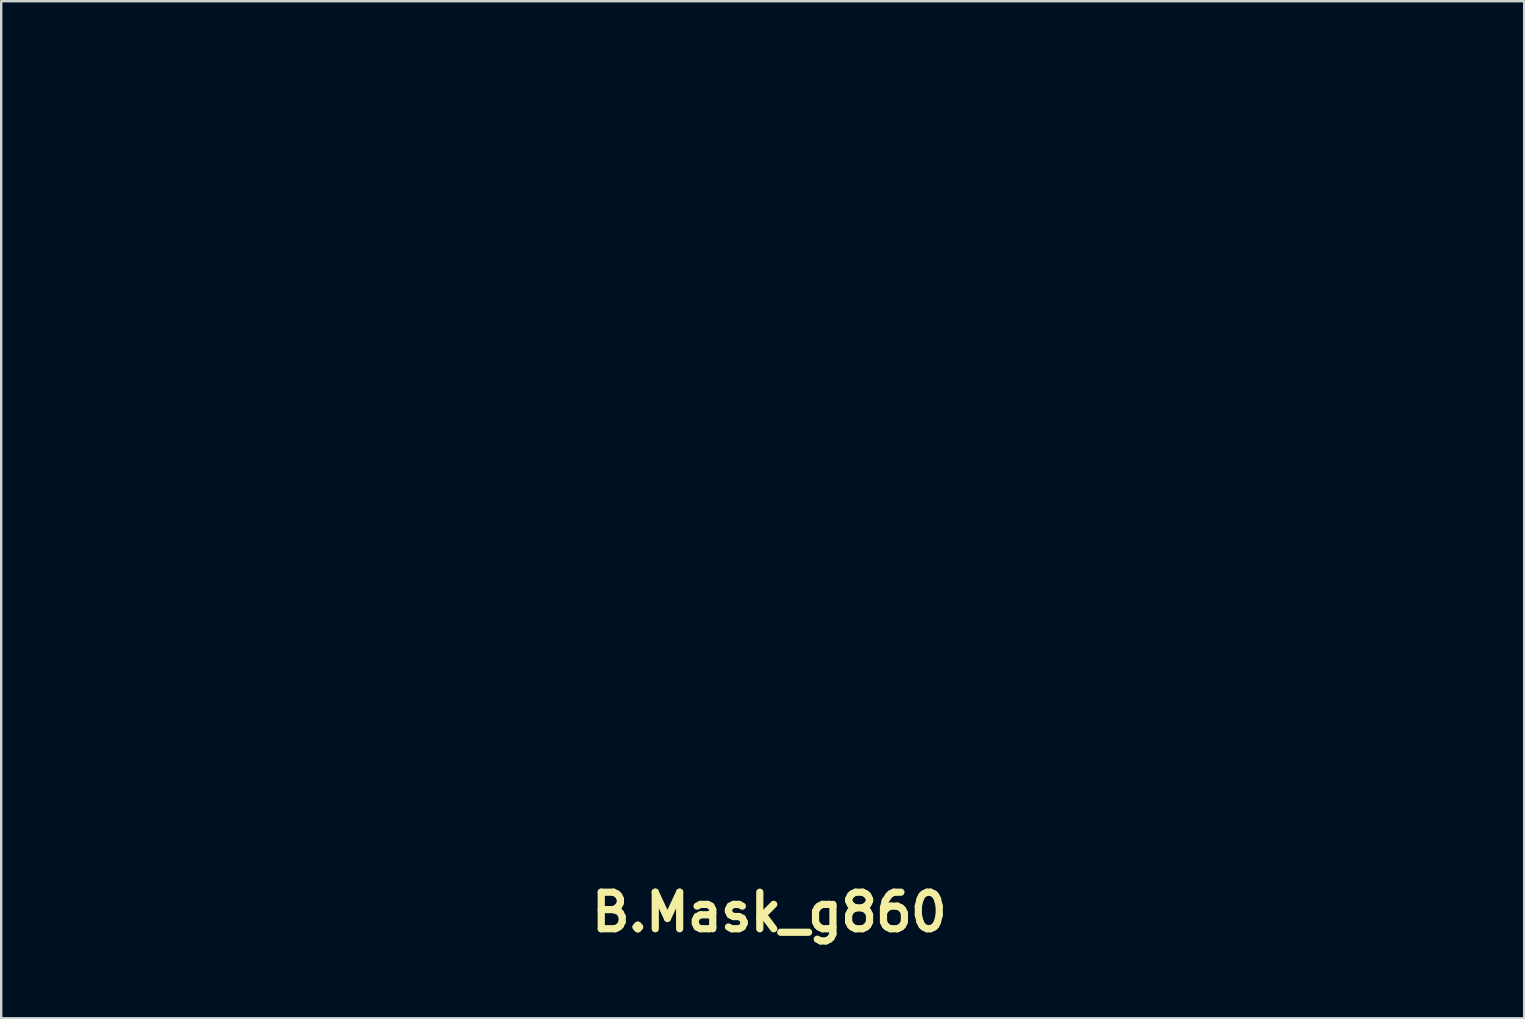
<source format=kicad_pcb>
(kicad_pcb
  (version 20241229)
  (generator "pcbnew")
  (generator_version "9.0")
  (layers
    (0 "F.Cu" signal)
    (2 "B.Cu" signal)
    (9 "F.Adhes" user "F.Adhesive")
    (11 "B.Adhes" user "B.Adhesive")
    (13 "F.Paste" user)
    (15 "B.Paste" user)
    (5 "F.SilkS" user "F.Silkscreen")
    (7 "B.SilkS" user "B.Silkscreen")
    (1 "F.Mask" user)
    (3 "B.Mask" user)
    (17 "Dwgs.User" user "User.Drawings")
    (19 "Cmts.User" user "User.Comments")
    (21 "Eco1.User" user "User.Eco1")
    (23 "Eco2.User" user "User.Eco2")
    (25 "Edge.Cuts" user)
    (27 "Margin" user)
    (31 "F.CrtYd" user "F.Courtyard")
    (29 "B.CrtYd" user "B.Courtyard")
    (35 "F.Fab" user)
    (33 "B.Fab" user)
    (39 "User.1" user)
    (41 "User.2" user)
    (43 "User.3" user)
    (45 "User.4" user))
  (footprint "B.Mask_g860"
    (layer "F.Cu")
    (at 28.999 34.949)
    (property "Reference" "B.Mask_g860" (at 0 0 0) (layer "F.SilkS") (effects (font (size 1.524 1.524) (thickness 0.3))))
    (attr through_hole)
    (fp_poly (pts (xy 22.66 -34.9) (xy 22.698 -34.783) (xy 22.756 -34.6) (xy 22.83 -34.359) (xy 22.92 -34.067) (xy 23.021 -33.733) (xy 23.133 -33.364) (xy 23.252 -32.968) (xy 23.289 -32.845) (xy 23.411 -32.442) (xy 23.525 -32.064) (xy 23.63 -31.719) (xy 23.723 -31.414) (xy 23.802 -31.157) (xy 23.865 -30.956) (xy 23.909 -30.818) (xy 23.932 -30.752) (xy 23.934 -30.747) (xy 23.978 -30.753) (xy 24.095 -30.781) (xy 24.279 -30.828) (xy 24.52 -30.892) (xy 24.812 -30.97) (xy 25.147 -31.061) (xy 25.516 -31.163) (xy 25.912 -31.273) (xy 26.017 -31.303) (xy 26.419 -31.415) (xy 26.798 -31.52) (xy 27.143 -31.615) (xy 27.449 -31.698) (xy 27.707 -31.766) (xy 27.908 -31.819) (xy 28.046 -31.853) (xy 28.112 -31.867) (xy 28.117 -31.867) (xy 28.096 -31.835) (xy 28.023 -31.746) (xy 27.903 -31.607) (xy 27.74 -31.423) (xy 27.54 -31.2) (xy 27.308 -30.944) (xy 27.049 -30.661) (xy 26.768 -30.355) (xy 26.629 -30.205) (xy 25.103 -28.555) (xy 26.786 -26.872) (xy 27.096 -26.561) (xy 27.387 -26.269) (xy 27.652 -26) (xy 27.888 -25.761) (xy 28.088 -25.556) (xy 28.248 -25.392) (xy 28.362 -25.272) (xy 28.425 -25.204) (xy 28.436 -25.188) (xy 28.391 -25.2) (xy 28.271 -25.233) (xy 28.086 -25.285) (xy 27.842 -25.355) (xy 27.547 -25.44) (xy 27.209 -25.537) (xy 26.835 -25.646) (xy 26.433 -25.762) (xy 26.231 -25.821) (xy 25.815 -25.942) (xy 25.422 -26.056) (xy 25.058 -26.162) (xy 24.733 -26.256) (xy 24.453 -26.337) (xy 24.227 -26.402) (xy 24.064 -26.449) (xy 23.97 -26.475) (xy 23.952 -26.48) (xy 23.846 -26.507) (xy 23.283 -24.25) (xy 23.148 -23.707) (xy 23.031 -23.243) (xy 22.931 -22.854) (xy 22.849 -22.538) (xy 22.781 -22.29) (xy 22.729 -22.107) (xy 22.691 -21.985) (xy 22.665 -21.921) (xy 22.651 -21.912) (xy 22.648 -21.94) (xy 22.637 -21.991) (xy 22.605 -22.114) (xy 22.555 -22.3) (xy 22.49 -22.539) (xy 22.411 -22.823) (xy 22.322 -23.142) (xy 22.225 -23.487) (xy 22.123 -23.85) (xy 22.019 -24.221) (xy 21.914 -24.591) (xy 21.811 -24.951) (xy 21.714 -25.292) (xy 21.624 -25.605) (xy 21.544 -25.881) (xy 21.477 -26.111) (xy 21.425 -26.285) (xy 21.391 -26.395) (xy 21.377 -26.432) (xy 21.331 -26.428) (xy 21.21 -26.404) (xy 21.023 -26.361) (xy 20.776 -26.301) (xy 20.477 -26.226) (xy 20.135 -26.137) (xy 19.755 -26.038) (xy 19.345 -25.928) (xy 19.214 -25.893) (xy 18.806 -25.783) (xy 18.422 -25.68) (xy 18.071 -25.587) (xy 17.761 -25.505) (xy 17.498 -25.437) (xy 17.292 -25.385) (xy 17.149 -25.349) (xy 17.077 -25.334) (xy 17.07 -25.333) (xy 17.096 -25.366) (xy 17.176 -25.452) (xy 17.305 -25.588) (xy 17.478 -25.766) (xy 17.688 -25.983) (xy 17.93 -26.231) (xy 18.2 -26.506) (xy 18.491 -26.801) (xy 18.622 -26.933) (xy 20.188 -28.517) (xy 18.647 -30.123) (xy 18.354 -30.43) (xy 18.079 -30.718) (xy 17.83 -30.981) (xy 17.611 -31.215) (xy 17.427 -31.412) (xy 17.284 -31.568) (xy 17.187 -31.677) (xy 17.141 -31.733) (xy 17.138 -31.74) (xy 17.184 -31.732) (xy 17.304 -31.706) (xy 17.492 -31.663) (xy 17.738 -31.605) (xy 18.035 -31.534) (xy 18.375 -31.452) (xy 18.752 -31.36) (xy 19.156 -31.261) (xy 19.322 -31.22) (xy 19.734 -31.119) (xy 20.121 -31.024) (xy 20.475 -30.938) (xy 20.787 -30.862) (xy 21.052 -30.799) (xy 21.26 -30.75) (xy 21.404 -30.717) (xy 21.477 -30.702) (xy 21.484 -30.701) (xy 21.497 -30.743) (xy 21.528 -30.859) (xy 21.578 -31.042) (xy 21.643 -31.283) (xy 21.721 -31.576) (xy 21.811 -31.913) (xy 21.91 -32.285) (xy 22.016 -32.686) (xy 22.057 -32.84) (xy 22.166 -33.248) (xy 22.268 -33.629) (xy 22.363 -33.976) (xy 22.447 -34.282) (xy 22.519 -34.539) (xy 22.577 -34.739) (xy 22.618 -34.875) (xy 22.64 -34.939) (xy 22.644 -34.944) (xy 22.66 -34.9)) (stroke (width 0.01) (type solid)) (fill yes) (layer "B.Mask"))
    (fp_poly (pts (xy 7.311 -34.887) (xy 7.313 -34.883) (xy 7.333 -34.822) (xy 7.374 -34.689) (xy 7.435 -34.49) (xy 7.513 -34.236) (xy 7.605 -33.933) (xy 7.708 -33.59) (xy 7.821 -33.216) (xy 7.94 -32.818) (xy 7.959 -32.755) (xy 8.078 -32.359) (xy 8.191 -31.988) (xy 8.295 -31.651) (xy 8.388 -31.355) (xy 8.466 -31.107) (xy 8.529 -30.917) (xy 8.573 -30.79) (xy 8.596 -30.736) (xy 8.597 -30.734) (xy 8.644 -30.745) (xy 8.763 -30.777) (xy 8.949 -30.827) (xy 9.192 -30.894) (xy 9.486 -30.976) (xy 9.821 -31.069) (xy 10.191 -31.172) (xy 10.587 -31.283) (xy 10.672 -31.307) (xy 11.073 -31.419) (xy 11.45 -31.523) (xy 11.794 -31.617) (xy 12.097 -31.699) (xy 12.353 -31.768) (xy 12.552 -31.819) (xy 12.688 -31.853) (xy 12.751 -31.866) (xy 12.755 -31.866) (xy 12.735 -31.833) (xy 12.662 -31.744) (xy 12.542 -31.605) (xy 12.379 -31.421) (xy 12.179 -31.199) (xy 11.947 -30.943) (xy 11.688 -30.659) (xy 11.407 -30.354) (xy 11.268 -30.203) (xy 9.74 -28.554) (xy 11.421 -26.866) (xy 11.729 -26.555) (xy 12.016 -26.264) (xy 12.277 -25.997) (xy 12.507 -25.76) (xy 12.7 -25.558) (xy 12.852 -25.395) (xy 12.958 -25.278) (xy 13.013 -25.212) (xy 13.018 -25.199) (xy 12.962 -25.214) (xy 12.833 -25.251) (xy 12.638 -25.307) (xy 12.385 -25.381) (xy 12.081 -25.468) (xy 11.735 -25.569) (xy 11.355 -25.679) (xy 10.947 -25.798) (xy 10.718 -25.865) (xy 10.302 -25.985) (xy 9.911 -26.098) (xy 9.553 -26.201) (xy 9.234 -26.292) (xy 8.962 -26.369) (xy 8.746 -26.429) (xy 8.591 -26.471) (xy 8.506 -26.492) (xy 8.492 -26.495) (xy 8.48 -26.452) (xy 8.449 -26.334) (xy 8.402 -26.15) (xy 8.339 -25.906) (xy 8.265 -25.609) (xy 8.179 -25.269) (xy 8.084 -24.891) (xy 7.982 -24.483) (xy 7.92 -24.236) (xy 7.814 -23.814) (xy 7.714 -23.417) (xy 7.621 -23.052) (xy 7.537 -22.727) (xy 7.465 -22.449) (xy 7.406 -22.227) (xy 7.363 -22.067) (xy 7.336 -21.978) (xy 7.33 -21.961) (xy 7.313 -21.995) (xy 7.276 -22.103) (xy 7.221 -22.278) (xy 7.149 -22.513) (xy 7.064 -22.802) (xy 6.967 -23.135) (xy 6.86 -23.508) (xy 6.746 -23.911) (xy 6.666 -24.194) (xy 6.548 -24.616) (xy 6.435 -25.011) (xy 6.33 -25.375) (xy 6.235 -25.697) (xy 6.153 -25.973) (xy 6.084 -26.194) (xy 6.033 -26.352) (xy 6.001 -26.441) (xy 5.991 -26.458) (xy 5.943 -26.447) (xy 5.821 -26.417) (xy 5.633 -26.368) (xy 5.386 -26.303) (xy 5.09 -26.224) (xy 4.75 -26.133) (xy 4.376 -26.033) (xy 3.975 -25.925) (xy 3.834 -25.887) (xy 3.427 -25.777) (xy 3.045 -25.675) (xy 2.696 -25.582) (xy 2.388 -25.5) (xy 2.128 -25.432) (xy 1.925 -25.379) (xy 1.785 -25.343) (xy 1.716 -25.327) (xy 1.71 -25.327) (xy 1.737 -25.358) (xy 1.818 -25.444) (xy 1.947 -25.579) (xy 2.119 -25.758) (xy 2.329 -25.974) (xy 2.571 -26.223) (xy 2.84 -26.499) (xy 3.131 -26.796) (xy 3.263 -26.931) (xy 4.827 -28.526) (xy 3.635 -29.767) (xy 3.36 -30.053) (xy 3.09 -30.334) (xy 2.833 -30.601) (xy 2.599 -30.844) (xy 2.396 -31.054) (xy 2.232 -31.224) (xy 2.116 -31.342) (xy 2.102 -31.357) (xy 1.97 -31.496) (xy 1.866 -31.613) (xy 1.8 -31.694) (xy 1.784 -31.728) (xy 1.829 -31.723) (xy 1.947 -31.699) (xy 2.133 -31.658) (xy 2.377 -31.601) (xy 2.673 -31.532) (xy 3.013 -31.451) (xy 3.388 -31.361) (xy 3.792 -31.262) (xy 3.958 -31.221) (xy 4.371 -31.12) (xy 4.757 -31.025) (xy 5.111 -30.939) (xy 5.423 -30.864) (xy 5.688 -30.8) (xy 5.896 -30.751) (xy 6.04 -30.718) (xy 6.113 -30.703) (xy 6.12 -30.702) (xy 6.133 -30.744) (xy 6.165 -30.86) (xy 6.215 -31.042) (xy 6.281 -31.284) (xy 6.36 -31.577) (xy 6.451 -31.913) (xy 6.551 -32.286) (xy 6.658 -32.686) (xy 6.702 -32.851) (xy 6.83 -33.331) (xy 6.94 -33.736) (xy 7.031 -34.069) (xy 7.106 -34.338) (xy 7.167 -34.546) (xy 7.214 -34.7) (xy 7.251 -34.806) (xy 7.278 -34.869) (xy 7.298 -34.894) (xy 7.311 -34.887)) (stroke (width 0.01) (type solid)) (fill yes) (layer "B.Mask"))
    (fp_poly (pts (xy -8.072 -34.901) (xy -8.034 -34.794) (xy -7.976 -34.62) (xy -7.901 -34.388) (xy -7.812 -34.103) (xy -7.71 -33.775) (xy -7.598 -33.409) (xy -7.479 -33.015) (xy -7.429 -32.85) (xy -7.307 -32.444) (xy -7.191 -32.063) (xy -7.085 -31.716) (xy -6.989 -31.41) (xy -6.907 -31.151) (xy -6.841 -30.948) (xy -6.793 -30.809) (xy -6.766 -30.74) (xy -6.762 -30.734) (xy -6.716 -30.745) (xy -6.596 -30.777) (xy -6.41 -30.827) (xy -6.167 -30.894) (xy -5.873 -30.975) (xy -5.537 -31.068) (xy -5.167 -31.171) (xy -4.77 -31.282) (xy -4.673 -31.309) (xy -4.272 -31.421) (xy -3.895 -31.525) (xy -3.552 -31.618) (xy -3.249 -31.7) (xy -2.994 -31.767) (xy -2.796 -31.818) (xy -2.661 -31.85) (xy -2.599 -31.862) (xy -2.595 -31.862) (xy -2.619 -31.828) (xy -2.695 -31.74) (xy -2.815 -31.603) (xy -2.973 -31.425) (xy -3.164 -31.213) (xy -3.38 -30.975) (xy -3.616 -30.716) (xy -3.864 -30.444) (xy -4.119 -30.166) (xy -4.374 -29.889) (xy -4.622 -29.62) (xy -4.858 -29.365) (xy -5.075 -29.133) (xy -5.267 -28.93) (xy -5.414 -28.775) (xy -5.607 -28.574) (xy -3.938 -26.904) (xy -3.628 -26.593) (xy -3.338 -26.301) (xy -3.073 -26.032) (xy -2.838 -25.792) (xy -2.638 -25.586) (xy -2.478 -25.419) (xy -2.364 -25.298) (xy -2.302 -25.228) (xy -2.291 -25.211) (xy -2.335 -25.219) (xy -2.453 -25.248) (xy -2.637 -25.296) (xy -2.88 -25.363) (xy -3.175 -25.445) (xy -3.514 -25.541) (xy -3.891 -25.649) (xy -4.297 -25.766) (xy -4.588 -25.85) (xy -5.009 -25.973) (xy -5.406 -26.087) (xy -5.771 -26.192) (xy -6.096 -26.284) (xy -6.374 -26.362) (xy -6.598 -26.425) (xy -6.76 -26.469) (xy -6.854 -26.492) (xy -6.874 -26.496) (xy -6.887 -26.453) (xy -6.918 -26.335) (xy -6.965 -26.15) (xy -7.028 -25.905) (xy -7.103 -25.608) (xy -7.189 -25.266) (xy -7.284 -24.887) (xy -7.387 -24.477) (xy -7.457 -24.195) (xy -7.563 -23.771) (xy -7.664 -23.375) (xy -7.757 -23.013) (xy -7.841 -22.692) (xy -7.913 -22.419) (xy -7.972 -22.202) (xy -8.017 -22.048) (xy -8.044 -21.964) (xy -8.052 -21.951) (xy -8.067 -21.998) (xy -8.104 -22.12) (xy -8.158 -22.308) (xy -8.229 -22.554) (xy -8.314 -22.852) (xy -8.411 -23.194) (xy -8.518 -23.572) (xy -8.632 -23.978) (xy -8.698 -24.215) (xy -8.815 -24.632) (xy -8.926 -25.025) (xy -9.028 -25.386) (xy -9.119 -25.706) (xy -9.197 -25.98) (xy -9.26 -26.198) (xy -9.306 -26.354) (xy -9.333 -26.44) (xy -9.338 -26.455) (xy -9.381 -26.448) (xy -9.498 -26.42) (xy -9.682 -26.374) (xy -9.924 -26.312) (xy -10.217 -26.236) (xy -10.554 -26.147) (xy -10.926 -26.048) (xy -11.327 -25.94) (xy -11.483 -25.898) (xy -11.892 -25.788) (xy -12.276 -25.685) (xy -12.627 -25.593) (xy -12.938 -25.511) (xy -13.2 -25.444) (xy -13.407 -25.392) (xy -13.55 -25.357) (xy -13.622 -25.342) (xy -13.629 -25.342) (xy -13.605 -25.375) (xy -13.528 -25.462) (xy -13.404 -25.594) (xy -13.241 -25.765) (xy -13.045 -25.968) (xy -12.822 -26.195) (xy -12.634 -26.386) (xy -12.363 -26.661) (xy -12.082 -26.945) (xy -11.806 -27.225) (xy -11.546 -27.488) (xy -11.316 -27.722) (xy -11.128 -27.913) (xy -11.073 -27.969) (xy -10.526 -28.528) (xy -11.6 -29.641) (xy -11.87 -29.922) (xy -12.144 -30.204) (xy -12.409 -30.478) (xy -12.655 -30.732) (xy -12.872 -30.956) (xy -13.049 -31.137) (xy -13.14 -31.23) (xy -13.297 -31.393) (xy -13.429 -31.535) (xy -13.525 -31.645) (xy -13.576 -31.713) (xy -13.582 -31.729) (xy -13.537 -31.724) (xy -13.418 -31.7) (xy -13.233 -31.659) (xy -12.988 -31.603) (xy -12.692 -31.534) (xy -12.352 -31.453) (xy -11.977 -31.362) (xy -11.573 -31.263) (xy -11.407 -31.222) (xy -10.995 -31.121) (xy -10.608 -31.026) (xy -10.254 -30.941) (xy -9.941 -30.866) (xy -9.676 -30.803) (xy -9.467 -30.755) (xy -9.322 -30.723) (xy -9.248 -30.708) (xy -9.241 -30.708) (xy -9.227 -30.751) (xy -9.194 -30.868) (xy -9.143 -31.051) (xy -9.077 -31.293) (xy -8.998 -31.586) (xy -8.908 -31.922) (xy -8.808 -32.294) (xy -8.702 -32.693) (xy -8.67 -32.814) (xy -8.562 -33.22) (xy -8.46 -33.602) (xy -8.366 -33.95) (xy -8.282 -34.259) (xy -8.21 -34.518) (xy -8.153 -34.722) (xy -8.113 -34.862) (xy -8.092 -34.929) (xy -8.089 -34.934) (xy -8.072 -34.901)) (stroke (width 0.01) (type solid)) (fill yes) (layer "B.Mask"))
    (fp_poly (pts (xy -23.437 -34.889) (xy -23.398 -34.787) (xy -23.34 -34.617) (xy -23.264 -34.388) (xy -23.174 -34.105) (xy -23.071 -33.776) (xy -22.958 -33.408) (xy -22.837 -33.009) (xy -22.8 -32.885) (xy -22.678 -32.481) (xy -22.563 -32.101) (xy -22.457 -31.753) (xy -22.362 -31.445) (xy -22.281 -31.185) (xy -22.216 -30.981) (xy -22.17 -30.839) (xy -22.145 -30.769) (xy -22.142 -30.763) (xy -22.096 -30.767) (xy -21.976 -30.792) (xy -21.791 -30.837) (xy -21.547 -30.899) (xy -21.254 -30.976) (xy -20.918 -31.066) (xy -20.548 -31.166) (xy -20.151 -31.276) (xy -20.048 -31.305) (xy -19.646 -31.418) (xy -19.268 -31.522) (xy -18.922 -31.617) (xy -18.617 -31.7) (xy -18.36 -31.768) (xy -18.159 -31.821) (xy -18.022 -31.855) (xy -17.956 -31.869) (xy -17.952 -31.869) (xy -17.973 -31.837) (xy -18.047 -31.748) (xy -18.168 -31.609) (xy -18.331 -31.425) (xy -18.532 -31.202) (xy -18.765 -30.946) (xy -19.024 -30.663) (xy -19.305 -30.358) (xy -19.442 -30.211) (xy -20.967 -28.566) (xy -19.301 -26.9) (xy -18.992 -26.59) (xy -18.702 -26.298) (xy -18.437 -26.029) (xy -18.202 -25.79) (xy -18.003 -25.584) (xy -17.843 -25.418) (xy -17.73 -25.298) (xy -17.668 -25.228) (xy -17.658 -25.212) (xy -17.702 -25.219) (xy -17.819 -25.248) (xy -18.003 -25.297) (xy -18.246 -25.364) (xy -18.541 -25.446) (xy -18.879 -25.542) (xy -19.255 -25.65) (xy -19.661 -25.767) (xy -19.938 -25.847) (xy -20.358 -25.969) (xy -20.755 -26.083) (xy -21.119 -26.185) (xy -21.445 -26.276) (xy -21.723 -26.351) (xy -21.948 -26.41) (xy -22.111 -26.451) (xy -22.205 -26.47) (xy -22.225 -26.471) (xy -22.241 -26.425) (xy -22.275 -26.304) (xy -22.325 -26.116) (xy -22.39 -25.868) (xy -22.467 -25.569) (xy -22.555 -25.225) (xy -22.651 -24.845) (xy -22.754 -24.435) (xy -22.817 -24.183) (xy -22.922 -23.761) (xy -23.022 -23.365) (xy -23.114 -23.002) (xy -23.196 -22.679) (xy -23.267 -22.405) (xy -23.324 -22.186) (xy -23.365 -22.029) (xy -23.39 -21.943) (xy -23.396 -21.929) (xy -23.423 -21.962) (xy -23.431 -21.982) (xy -23.446 -22.031) (xy -23.481 -22.155) (xy -23.535 -22.345) (xy -23.604 -22.593) (xy -23.688 -22.892) (xy -23.784 -23.235) (xy -23.89 -23.612) (xy -24.003 -24.018) (xy -24.062 -24.23) (xy -24.179 -24.645) (xy -24.289 -25.036) (xy -24.39 -25.394) (xy -24.481 -25.713) (xy -24.559 -25.983) (xy -24.621 -26.199) (xy -24.667 -26.352) (xy -24.693 -26.435) (xy -24.698 -26.448) (xy -24.743 -26.442) (xy -24.861 -26.415) (xy -25.045 -26.37) (xy -25.288 -26.309) (xy -25.582 -26.233) (xy -25.919 -26.145) (xy -26.292 -26.046) (xy -26.693 -25.938) (xy -26.849 -25.896) (xy -27.258 -25.786) (xy -27.641 -25.683) (xy -27.992 -25.59) (xy -28.303 -25.509) (xy -28.565 -25.441) (xy -28.772 -25.389) (xy -28.915 -25.354) (xy -28.987 -25.339) (xy -28.994 -25.339) (xy -28.969 -25.372) (xy -28.889 -25.459) (xy -28.76 -25.594) (xy -28.588 -25.773) (xy -28.378 -25.989) (xy -28.136 -26.237) (xy -27.866 -26.511) (xy -27.575 -26.805) (xy -27.457 -26.924) (xy -27.158 -27.226) (xy -26.879 -27.51) (xy -26.625 -27.77) (xy -26.401 -28.001) (xy -26.213 -28.198) (xy -26.066 -28.354) (xy -25.966 -28.464) (xy -25.918 -28.521) (xy -25.915 -28.529) (xy -25.946 -28.565) (xy -26.031 -28.657) (xy -26.163 -28.798) (xy -26.338 -28.983) (xy -26.549 -29.205) (xy -26.791 -29.459) (xy -27.059 -29.738) (xy -27.347 -30.038) (xy -27.45 -30.145) (xy -27.742 -30.449) (xy -28.014 -30.734) (xy -28.26 -30.995) (xy -28.477 -31.225) (xy -28.657 -31.42) (xy -28.796 -31.573) (xy -28.889 -31.679) (xy -28.931 -31.732) (xy -28.932 -31.737) (xy -28.884 -31.729) (xy -28.762 -31.703) (xy -28.574 -31.66) (xy -28.327 -31.602) (xy -28.029 -31.531) (xy -27.688 -31.449) (xy -27.312 -31.357) (xy -26.908 -31.257) (xy -26.758 -31.22) (xy -26.347 -31.119) (xy -25.96 -31.025) (xy -25.607 -30.941) (xy -25.294 -30.867) (xy -25.03 -30.807) (xy -24.821 -30.762) (xy -24.676 -30.732) (xy -24.603 -30.722) (xy -24.595 -30.723) (xy -24.58 -30.769) (xy -24.545 -30.889) (xy -24.492 -31.075) (xy -24.425 -31.32) (xy -24.345 -31.614) (xy -24.254 -31.951) (xy -24.155 -32.323) (xy -24.05 -32.721) (xy -24.027 -32.808) (xy -23.92 -33.212) (xy -23.819 -33.592) (xy -23.726 -33.939) (xy -23.643 -34.246) (xy -23.572 -34.505) (xy -23.516 -34.708) (xy -23.477 -34.847) (xy -23.457 -34.913) (xy -23.455 -34.917) (xy -23.437 -34.889)) (stroke (width 0.01) (type solid)) (fill yes) (layer "B.Mask")))
  (gr_rect
    (start -3 -3)
    (end 60.44 39.367)
    (stroke (width 0.1) (type default))
    (fill no)
    (layer "Edge.Cuts")))
</source>
